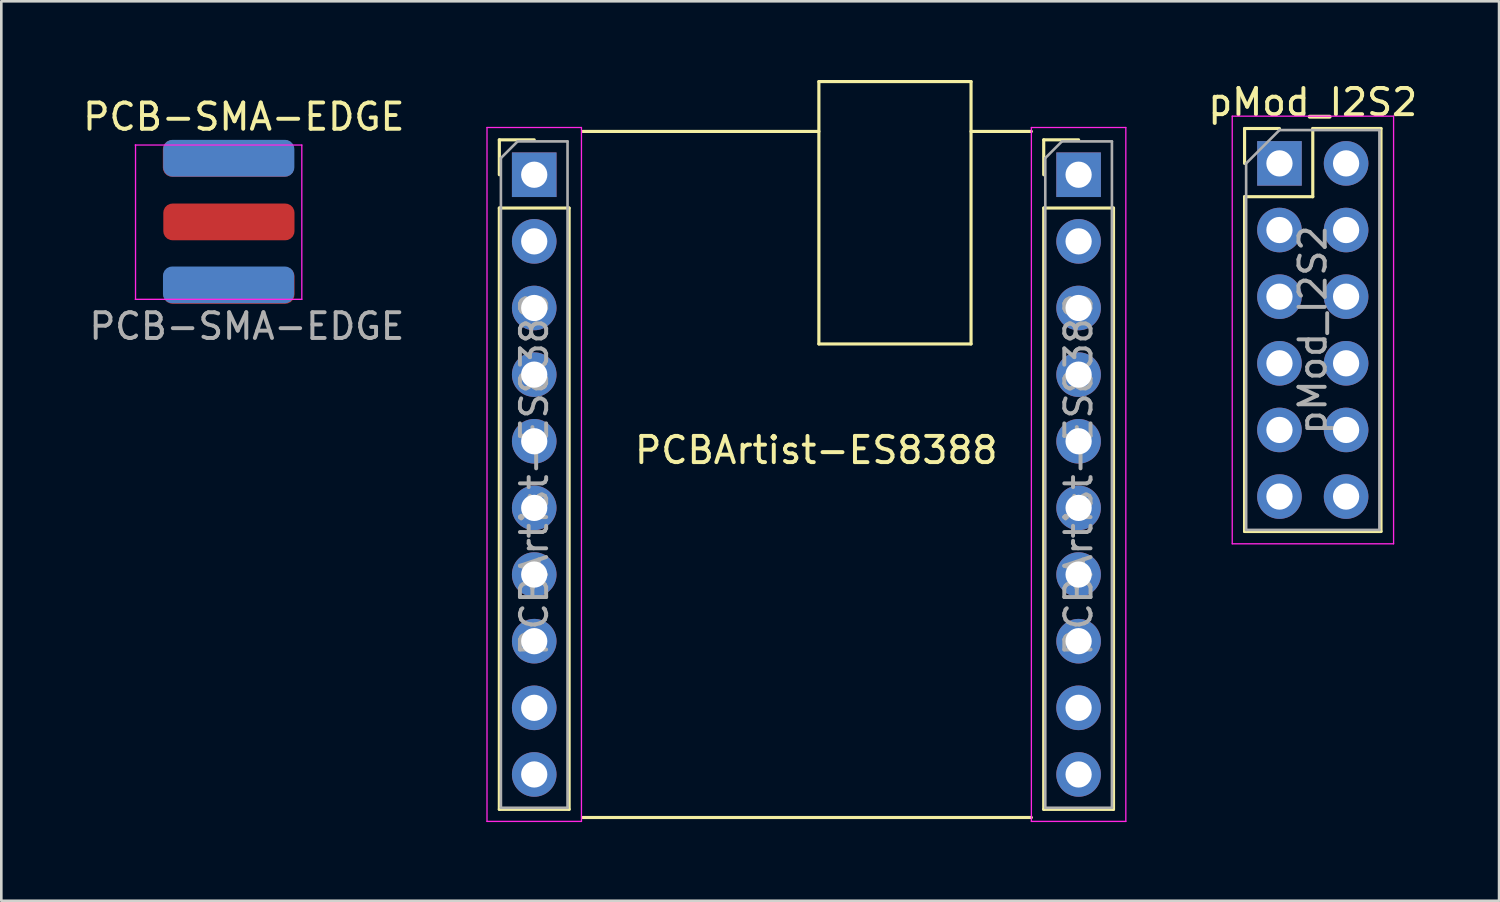
<source format=kicad_pcb>
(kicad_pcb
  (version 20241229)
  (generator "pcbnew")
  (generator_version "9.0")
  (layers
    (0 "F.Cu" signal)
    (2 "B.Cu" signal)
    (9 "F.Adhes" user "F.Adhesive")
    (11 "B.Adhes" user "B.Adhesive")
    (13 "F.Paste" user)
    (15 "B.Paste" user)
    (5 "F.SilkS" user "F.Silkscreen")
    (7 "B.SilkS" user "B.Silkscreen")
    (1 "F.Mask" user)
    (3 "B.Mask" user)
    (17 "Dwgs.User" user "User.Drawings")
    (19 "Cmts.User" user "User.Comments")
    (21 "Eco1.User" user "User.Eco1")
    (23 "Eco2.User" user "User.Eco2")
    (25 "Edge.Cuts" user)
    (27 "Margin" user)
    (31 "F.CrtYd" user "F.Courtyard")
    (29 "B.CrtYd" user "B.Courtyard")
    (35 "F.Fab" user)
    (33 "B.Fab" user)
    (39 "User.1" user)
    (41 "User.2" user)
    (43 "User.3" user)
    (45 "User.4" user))
  (footprint "PCBArtist-ES8388"
    (layer "F.Cu")
    (at 27.563 10.86)
    (property "Reference" "PCBArtist-ES8388" (at 0.5 3.25 0) (layer "F.SilkS") (effects (font (size 1 1) (thickness 0.15))))
    (attr through_hole)
    (fp_line (start -11.58 -8.58) (end -10.25 -8.58) (stroke (width 0.12) (type solid)) (layer "F.SilkS"))
    (fp_line (start -11.58 -7.25) (end -11.58 -8.58) (stroke (width 0.12) (type solid)) (layer "F.SilkS"))
    (fp_line (start -11.58 -5.98) (end -11.58 16.94) (stroke (width 0.12) (type solid)) (layer "F.SilkS"))
    (fp_line (start -11.58 -5.98) (end -8.92 -5.98) (stroke (width 0.12) (type solid)) (layer "F.SilkS"))
    (fp_line (start -11.58 16.94) (end -8.92 16.94) (stroke (width 0.12) (type solid)) (layer "F.SilkS"))
    (fp_line (start -8.92 -5.98) (end -8.92 16.94) (stroke (width 0.12) (type solid)) (layer "F.SilkS"))
    (fp_line (start -8.4 -8.9) (end 0.6 -8.9) (stroke (width 0.12) (type solid)) (layer "F.SilkS"))
    (fp_line (start -8.4 17.25) (end 8.7 17.25) (stroke (width 0.12) (type solid)) (layer "F.SilkS"))
    (fp_line (start 0.6 -10.8) (end 6.4 -10.8) (stroke (width 0.12) (type solid)) (layer "F.SilkS"))
    (fp_line (start 0.6 -0.8) (end 0.6 -10.8) (stroke (width 0.12) (type solid)) (layer "F.SilkS"))
    (fp_line (start 0.6 -0.8) (end 6.4 -0.8) (stroke (width 0.12) (type solid)) (layer "F.SilkS"))
    (fp_line (start 6.4 -8.9) (end 8.7 -8.9) (stroke (width 0.12) (type solid)) (layer "F.SilkS"))
    (fp_line (start 6.4 -0.8) (end 6.4 -10.8) (stroke (width 0.12) (type solid)) (layer "F.SilkS"))
    (fp_line (start 9.17 -8.58) (end 10.5 -8.58) (stroke (width 0.12) (type solid)) (layer "F.SilkS"))
    (fp_line (start 9.17 -7.25) (end 9.17 -8.58) (stroke (width 0.12) (type solid)) (layer "F.SilkS"))
    (fp_line (start 9.17 -5.98) (end 9.17 16.94) (stroke (width 0.12) (type solid)) (layer "F.SilkS"))
    (fp_line (start 9.17 -5.98) (end 11.83 -5.98) (stroke (width 0.12) (type solid)) (layer "F.SilkS"))
    (fp_line (start 9.17 16.94) (end 11.83 16.94) (stroke (width 0.12) (type solid)) (layer "F.SilkS"))
    (fp_line (start 11.83 -5.98) (end 11.83 16.94) (stroke (width 0.12) (type solid)) (layer "F.SilkS"))
    (fp_line (start -12.05 -9.05) (end -12.05 17.4) (stroke (width 0.05) (type solid)) (layer "F.CrtYd"))
    (fp_line (start -12.05 17.4) (end -8.45 17.4) (stroke (width 0.05) (type solid)) (layer "F.CrtYd"))
    (fp_line (start -8.45 -9.05) (end -12.05 -9.05) (stroke (width 0.05) (type solid)) (layer "F.CrtYd"))
    (fp_line (start -8.45 17.4) (end -8.45 -9.05) (stroke (width 0.05) (type solid)) (layer "F.CrtYd"))
    (fp_line (start 8.7 -9.05) (end 8.7 17.4) (stroke (width 0.05) (type solid)) (layer "F.CrtYd"))
    (fp_line (start 8.7 17.4) (end 12.3 17.4) (stroke (width 0.05) (type solid)) (layer "F.CrtYd"))
    (fp_line (start 12.3 -9.05) (end 8.7 -9.05) (stroke (width 0.05) (type solid)) (layer "F.CrtYd"))
    (fp_line (start 12.3 17.4) (end 12.3 -9.05) (stroke (width 0.05) (type solid)) (layer "F.CrtYd"))
    (fp_line (start -11.52 -7.885) (end -10.885 -8.52) (stroke (width 0.1) (type solid)) (layer "F.Fab"))
    (fp_line (start -11.52 16.88) (end -11.52 -7.885) (stroke (width 0.1) (type solid)) (layer "F.Fab"))
    (fp_line (start -10.885 -8.52) (end -8.98 -8.52) (stroke (width 0.1) (type solid)) (layer "F.Fab"))
    (fp_line (start -8.98 -8.52) (end -8.98 16.88) (stroke (width 0.1) (type solid)) (layer "F.Fab"))
    (fp_line (start -8.98 16.88) (end -11.52 16.88) (stroke (width 0.1) (type solid)) (layer "F.Fab"))
    (fp_line (start 9.23 -7.885) (end 9.865 -8.52) (stroke (width 0.1) (type solid)) (layer "F.Fab"))
    (fp_line (start 9.23 16.88) (end 9.23 -7.885) (stroke (width 0.1) (type solid)) (layer "F.Fab"))
    (fp_line (start 9.865 -8.52) (end 11.77 -8.52) (stroke (width 0.1) (type solid)) (layer "F.Fab"))
    (fp_line (start 11.77 -8.52) (end 11.77 16.88) (stroke (width 0.1) (type solid)) (layer "F.Fab"))
    (fp_line (start 11.77 16.88) (end 9.23 16.88) (stroke (width 0.1) (type solid)) (layer "F.Fab"))
    (fp_text user "${REFERENCE}" (at -10.25 4.18 90) (layer "F.Fab") (effects (font (size 1 1) (thickness 0.15))))
    (fp_text user "${REFERENCE}" (at 10.5 4.18 90) (layer "F.Fab") (effects (font (size 1 1) (thickness 0.15))))
    (pad "1" thru_hole oval (at 10.5 5.45) (size 1.7 1.7) (drill 1) (layers "*.Cu" "*.Mask"))
    (pad "2" thru_hole oval (at 10.5 2.91) (size 1.7 1.7) (drill 1) (layers "*.Cu" "*.Mask"))
    (pad "4" thru_hole oval (at -10.25 -2.17) (size 1.7 1.7) (drill 1) (layers "*.Cu" "*.Mask"))
    (pad "4" thru_hole oval (at -10.25 0.37) (size 1.7 1.7) (drill 1) (layers "*.Cu" "*.Mask"))
    (pad "4" thru_hole oval (at -10.25 5.45) (size 1.7 1.7) (drill 1) (layers "*.Cu" "*.Mask"))
    (pad "4" thru_hole oval (at 10.5 7.99) (size 1.7 1.7) (drill 1) (layers "*.Cu" "*.Mask"))
    (pad "4" thru_hole oval (at 10.5 15.61) (size 1.7 1.7) (drill 1) (layers "*.Cu" "*.Mask"))
    (pad "5" thru_hole oval (at 10.5 0.37) (size 1.7 1.7) (drill 1) (layers "*.Cu" "*.Mask"))
    (pad "6" thru_hole oval (at 10.5 -2.17) (size 1.7 1.7) (drill 1) (layers "*.Cu" "*.Mask"))
    (pad "7" thru_hole oval (at 10.5 -4.71) (size 1.7 1.7) (drill 1) (layers "*.Cu" "*.Mask"))
    (pad "8" thru_hole rect (at 10.5 -7.25) (size 1.7 1.7) (drill 1) (layers "*.Cu" "*.Mask"))
    (pad "14" thru_hole rect (at -10.25 -7.25) (size 1.7 1.7) (drill 1) (layers "*.Cu" "*.Mask"))
    (pad "15" thru_hole oval (at -10.25 -4.71) (size 1.7 1.7) (drill 1) (layers "*.Cu" "*.Mask"))
    (pad "17" thru_hole oval (at -10.25 2.91 90) (size 1.7 1.7) (drill 1) (layers "*.Cu" "*.Mask"))
    (pad "21" thru_hole oval (at -10.25 7.99) (size 1.7 1.7) (drill 1) (layers "*.Cu" "*.Mask"))
    (pad "22" thru_hole oval (at -10.25 10.53) (size 1.7 1.7) (drill 1) (layers "*.Cu" "*.Mask"))
    (pad "23" thru_hole oval (at -10.25 13.07) (size 1.7 1.7) (drill 1) (layers "*.Cu" "*.Mask"))
    (pad "24" thru_hole oval (at -10.25 15.61) (size 1.7 1.7) (drill 1) (layers "*.Cu" "*.Mask"))
    (pad "27" thru_hole oval (at 10.5 13.07) (size 1.7 1.7) (drill 1) (layers "*.Cu" "*.Mask"))
    (pad "28" thru_hole oval (at 10.5 10.53) (size 1.7 1.7) (drill 1) (layers "*.Cu" "*.Mask")))
  (footprint "pMod_I2S2"
    (layer "F.Cu")
    (at 45.719 3.178)
    (property "Reference" "pMod_I2S2" (at 1.27 -2.33 0) (layer "F.SilkS") (effects (font (size 1 1) (thickness 0.15))))
    (attr through_hole)
    (fp_line (start -1.33 -1.33) (end 0 -1.33) (stroke (width 0.12) (type solid)) (layer "F.SilkS"))
    (fp_line (start -1.33 0) (end -1.33 -1.33) (stroke (width 0.12) (type solid)) (layer "F.SilkS"))
    (fp_line (start -1.33 1.27) (end -1.33 14.03) (stroke (width 0.12) (type solid)) (layer "F.SilkS"))
    (fp_line (start -1.33 1.27) (end 1.27 1.27) (stroke (width 0.12) (type solid)) (layer "F.SilkS"))
    (fp_line (start -1.33 14.03) (end 3.87 14.03) (stroke (width 0.12) (type solid)) (layer "F.SilkS"))
    (fp_line (start 1.27 -1.33) (end 3.87 -1.33) (stroke (width 0.12) (type solid)) (layer "F.SilkS"))
    (fp_line (start 1.27 1.27) (end 1.27 -1.33) (stroke (width 0.12) (type solid)) (layer "F.SilkS"))
    (fp_line (start 3.87 -1.33) (end 3.87 14.03) (stroke (width 0.12) (type solid)) (layer "F.SilkS"))
    (fp_line (start -1.8 -1.8) (end -1.8 14.5) (stroke (width 0.05) (type solid)) (layer "F.CrtYd"))
    (fp_line (start -1.8 14.5) (end 4.35 14.5) (stroke (width 0.05) (type solid)) (layer "F.CrtYd"))
    (fp_line (start 4.35 -1.8) (end -1.8 -1.8) (stroke (width 0.05) (type solid)) (layer "F.CrtYd"))
    (fp_line (start 4.35 14.5) (end 4.35 -1.8) (stroke (width 0.05) (type solid)) (layer "F.CrtYd"))
    (fp_line (start -1.27 0) (end 0 -1.27) (stroke (width 0.1) (type solid)) (layer "F.Fab"))
    (fp_line (start -1.27 13.97) (end -1.27 0) (stroke (width 0.1) (type solid)) (layer "F.Fab"))
    (fp_line (start 0 -1.27) (end 3.81 -1.27) (stroke (width 0.1) (type solid)) (layer "F.Fab"))
    (fp_line (start 3.81 -1.27) (end 3.81 13.97) (stroke (width 0.1) (type solid)) (layer "F.Fab"))
    (fp_line (start 3.81 13.97) (end -1.27 13.97) (stroke (width 0.1) (type solid)) (layer "F.Fab"))
    (fp_text user "${REFERENCE}" (at 1.27 6.35 90) (layer "F.Fab") (effects (font (size 1 1) (thickness 0.15))))
    (pad "1" thru_hole rect (at 0 0) (size 1.7 1.7) (drill 1) (layers "*.Cu" "*.Mask"))
    (pad "2" thru_hole oval (at 0 2.54) (size 1.7 1.7) (drill 1) (layers "*.Cu" "*.Mask"))
    (pad "3" thru_hole oval (at 0 5.08) (size 1.7 1.7) (drill 1) (layers "*.Cu" "*.Mask"))
    (pad "4" thru_hole oval (at 0 7.62) (size 1.7 1.7) (drill 1) (layers "*.Cu" "*.Mask"))
    (pad "5" thru_hole oval (at 0 10.16) (size 1.7 1.7) (drill 1) (layers "*.Cu" "*.Mask"))
    (pad "6" thru_hole oval (at 0 12.7) (size 1.7 1.7) (drill 1) (layers "*.Cu" "*.Mask"))
    (pad "7" thru_hole oval (at 2.54 0) (size 1.7 1.7) (drill 1) (layers "*.Cu" "*.Mask"))
    (pad "8" thru_hole oval (at 2.54 2.54) (size 1.7 1.7) (drill 1) (layers "*.Cu" "*.Mask"))
    (pad "9" thru_hole oval (at 2.54 5.08) (size 1.7 1.7) (drill 1) (layers "*.Cu" "*.Mask"))
    (pad "10" thru_hole oval (at 2.54 7.62) (size 1.7 1.7) (drill 1) (layers "*.Cu" "*.Mask"))
    (pad "11" thru_hole oval (at 2.54 10.16) (size 1.7 1.7) (drill 1) (layers "*.Cu" "*.Mask"))
    (pad "12" thru_hole oval (at 2.54 12.7) (size 1.7 1.7) (drill 1) (layers "*.Cu" "*.Mask")))
  (footprint "PCB-SMA-EDGE"
    (layer "F.Cu")
    (at 5.685 0.25)
    (property "Reference" "PCB-SMA-EDGE" (at 0.559 1.153 0) (layer "F.SilkS") (effects (font (size 1 1) (thickness 0.15))))
    (attr through_hole)
    (fp_line (start -3.569 2.223) (end -3.569 8.102) (stroke (width 0.05) (type solid)) (layer "F.CrtYd"))
    (fp_line (start 2.769 2.228) (end -3.581 2.228) (stroke (width 0.05) (type solid)) (layer "F.CrtYd"))
    (fp_line (start 2.769 2.228) (end 2.769 8.108) (stroke (width 0.05) (type solid)) (layer "F.CrtYd"))
    (fp_line (start 2.771 8.11) (end -3.579 8.11) (stroke (width 0.05) (type solid)) (layer "F.CrtYd"))
    (fp_text user "${REFERENCE}" (at 0.676 9.136 0) (layer "F.Fab") (effects (font (size 0.98 0.98) (thickness 0.15))))
    (pad "1" smd roundrect (at -0.01 5.159) (size 5 1.4) (layers "F.Cu" "F.Mask" "F.Paste") (roundrect_rratio 0.25))
    (pad "2" smd roundrect (at -0.028 2.738) (size 5 1.4) (layers "F.Cu" "F.Mask" "F.Paste") (roundrect_rratio 0.25))
    (pad "2" smd roundrect (at -0.023 7.559) (size 5 1.4) (layers "F.Mask" "B.Cu" "F.Paste") (roundrect_rratio 0.25))
    (pad "2" smd roundrect (at -0.015 2.731) (size 5 1.4) (layers "F.Mask" "B.Cu" "F.Paste") (roundrect_rratio 0.25))
    (pad "2" smd roundrect (at -0.01 7.579) (size 5 1.4) (layers "F.Cu" "F.Mask" "F.Paste") (roundrect_rratio 0.25)))
  (gr_rect
    (start -3 -3)
    (end 54.09 31.285)
    (stroke (width 0.1) (type default))
    (fill no)
    (layer "Edge.Cuts")))
</source>
